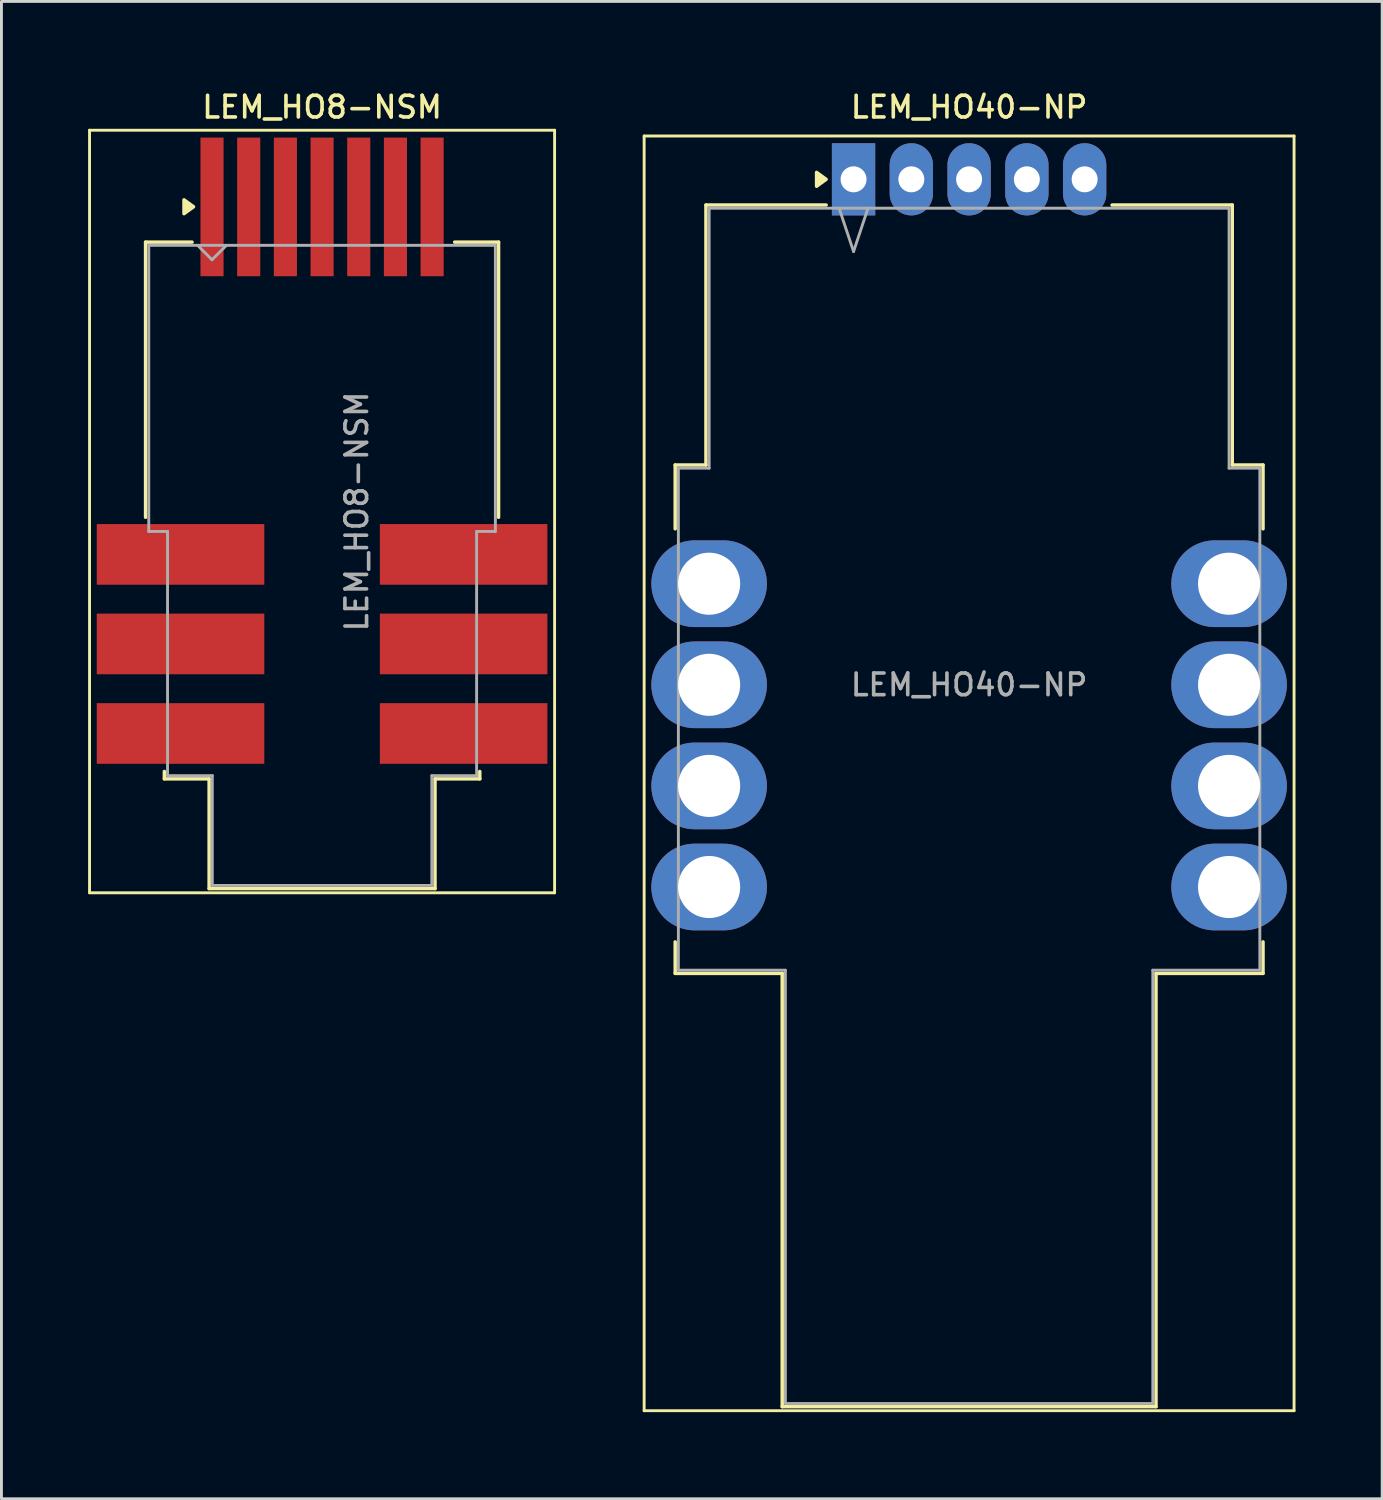
<source format=kicad_pcb>
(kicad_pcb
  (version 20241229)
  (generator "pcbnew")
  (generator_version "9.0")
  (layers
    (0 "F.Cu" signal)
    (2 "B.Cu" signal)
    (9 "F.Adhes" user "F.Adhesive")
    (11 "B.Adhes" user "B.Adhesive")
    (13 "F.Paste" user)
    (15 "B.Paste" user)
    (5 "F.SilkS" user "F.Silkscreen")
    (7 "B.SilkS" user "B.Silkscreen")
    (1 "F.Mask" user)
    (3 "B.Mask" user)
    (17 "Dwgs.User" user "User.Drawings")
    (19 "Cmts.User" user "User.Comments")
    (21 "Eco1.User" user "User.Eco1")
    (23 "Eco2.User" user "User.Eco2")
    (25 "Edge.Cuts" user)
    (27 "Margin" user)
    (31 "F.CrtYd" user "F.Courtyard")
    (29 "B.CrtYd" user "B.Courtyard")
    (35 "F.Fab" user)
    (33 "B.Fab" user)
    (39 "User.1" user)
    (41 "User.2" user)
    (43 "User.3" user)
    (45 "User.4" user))
  (footprint "LEM_HO40-NP"
    (layer "F.Cu")
    (at 26.5 3.158)
    (property "Reference" "LEM_HO40-NP" (at 4 -2.5 180) (layer "F.SilkS") (effects (font (size 0.75 0.75) (thickness 0.125))))
    (attr through_hole)
    (fp_line (start -7.25 -1.5) (end -7.25 42.63) (stroke (width 0.1) (type solid)) (layer "F.SilkS"))
    (fp_line (start -7.25 42.63) (end 15.25 42.63) (stroke (width 0.1) (type solid)) (layer "F.SilkS"))
    (fp_line (start -6.175 9.89) (end -6.175 12.1) (stroke (width 0.12) (type solid)) (layer "F.SilkS"))
    (fp_line (start -6.175 26.4) (end -6.175 27.49) (stroke (width 0.12) (type solid)) (layer "F.SilkS"))
    (fp_line (start -5.11 0.89) (end -5.11 9.89) (stroke (width 0.12) (type solid)) (layer "F.SilkS"))
    (fp_line (start -5.11 9.89) (end -6.175 9.89) (stroke (width 0.12) (type solid)) (layer "F.SilkS"))
    (fp_line (start -2.47 27.49) (end -6.175 27.49) (stroke (width 0.12) (type solid)) (layer "F.SilkS"))
    (fp_line (start -2.47 42.49) (end -2.47 27.49) (stroke (width 0.12) (type solid)) (layer "F.SilkS"))
    (fp_line (start -2.47 42.49) (end 10.47 42.49) (stroke (width 0.12) (type solid)) (layer "F.SilkS"))
    (fp_line (start -0.95 0.89) (end -5.11 0.89) (stroke (width 0.12) (type solid)) (layer "F.SilkS"))
    (fp_line (start 10.47 42.49) (end 10.47 27.49) (stroke (width 0.12) (type solid)) (layer "F.SilkS"))
    (fp_line (start 13.11 0.89) (end 8.95 0.89) (stroke (width 0.12) (type solid)) (layer "F.SilkS"))
    (fp_line (start 13.11 9.89) (end 13.11 0.89) (stroke (width 0.12) (type solid)) (layer "F.SilkS"))
    (fp_line (start 14.175 9.89) (end 13.11 9.89) (stroke (width 0.12) (type solid)) (layer "F.SilkS"))
    (fp_line (start 14.175 9.89) (end 14.175 12.1) (stroke (width 0.12) (type solid)) (layer "F.SilkS"))
    (fp_line (start 14.175 26.4) (end 14.175 27.49) (stroke (width 0.12) (type solid)) (layer "F.SilkS"))
    (fp_line (start 14.175 27.49) (end 10.47 27.49) (stroke (width 0.12) (type solid)) (layer "F.SilkS"))
    (fp_line (start 15.25 -1.5) (end -7.25 -1.5) (stroke (width 0.1) (type solid)) (layer "F.SilkS"))
    (fp_line (start 15.25 42.63) (end 15.25 -1.5) (stroke (width 0.1) (type solid)) (layer "F.SilkS"))
    (fp_poly (pts (xy -0.95 0) (xy -1.28 0.24) (xy -1.28 -0.24) (xy -0.95 0)) (stroke (width 0.12) (type solid)) (fill yes) (layer "F.SilkS"))
    (fp_line (start -6.065 10) (end -6.065 27.38) (stroke (width 0.1) (type solid)) (layer "F.Fab"))
    (fp_line (start -5 10) (end -6.065 10) (stroke (width 0.1) (type solid)) (layer "F.Fab"))
    (fp_line (start -5 10) (end -5 1) (stroke (width 0.1) (type solid)) (layer "F.Fab"))
    (fp_line (start -2.36 27.38) (end -6.065 27.38) (stroke (width 0.1) (type solid)) (layer "F.Fab"))
    (fp_line (start -2.36 42.38) (end -2.36 27.38) (stroke (width 0.1) (type solid)) (layer "F.Fab"))
    (fp_line (start -2.36 42.38) (end 10.36 42.38) (stroke (width 0.1) (type solid)) (layer "F.Fab"))
    (fp_line (start -0.5 1) (end 0 2.5) (stroke (width 0.1) (type solid)) (layer "F.Fab"))
    (fp_line (start 0 2.5) (end 0.5 1) (stroke (width 0.1) (type solid)) (layer "F.Fab"))
    (fp_line (start 10.36 42.38) (end 10.36 27.38) (stroke (width 0.1) (type solid)) (layer "F.Fab"))
    (fp_line (start 13 1) (end -5 1) (stroke (width 0.1) (type solid)) (layer "F.Fab"))
    (fp_line (start 13 1) (end 13 10) (stroke (width 0.1) (type solid)) (layer "F.Fab"))
    (fp_line (start 14.065 10) (end 13 10) (stroke (width 0.1) (type solid)) (layer "F.Fab"))
    (fp_line (start 14.065 10) (end 14.065 27.38) (stroke (width 0.1) (type solid)) (layer "F.Fab"))
    (fp_line (start 14.065 27.38) (end 10.36 27.38) (stroke (width 0.1) (type solid)) (layer "F.Fab"))
    (fp_text user "${REFERENCE}" (at 4 17.5 0) (layer "F.Fab") (effects (font (size 0.75 0.75) (thickness 0.125))))
    (pad "1" thru_hole rect (at 0 0) (size 1.5 2.5) (drill 0.9) (layers "*.Cu" "*.Mask"))
    (pad "2" thru_hole oval (at 2 0) (size 1.5 2.5) (drill 0.9) (layers "*.Cu" "*.Mask"))
    (pad "3" thru_hole oval (at 4 0) (size 1.5 2.5) (drill 0.9) (layers "*.Cu" "*.Mask"))
    (pad "4" thru_hole oval (at 6 0) (size 1.5 2.5) (drill 0.9) (layers "*.Cu" "*.Mask"))
    (pad "5" thru_hole oval (at 8 0) (size 1.5 2.5) (drill 0.9) (layers "*.Cu" "*.Mask"))
    (pad "6" thru_hole oval (at 13 14) (size 4 3) (drill 2.15) (layers "*.Cu" "*.Mask"))
    (pad "7" thru_hole oval (at 13 17.5) (size 4 3) (drill 2.15) (layers "*.Cu" "*.Mask"))
    (pad "8" thru_hole oval (at 13 21) (size 4 3) (drill 2.15) (layers "*.Cu" "*.Mask"))
    (pad "9" thru_hole oval (at 13 24.5) (size 4 3) (drill 2.15) (layers "*.Cu" "*.Mask"))
    (pad "10" thru_hole oval (at -5 24.5) (size 4 3) (drill 2.15) (layers "*.Cu" "*.Mask"))
    (pad "11" thru_hole oval (at -5 21) (size 4 3) (drill 2.15) (layers "*.Cu" "*.Mask"))
    (pad "12" thru_hole oval (at -5 17.5) (size 4 3) (drill 2.15) (layers "*.Cu" "*.Mask"))
    (pad "13" thru_hole oval (at -5 14) (size 4 3) (drill 2.15) (layers "*.Cu" "*.Mask")))
  (footprint "LEM_HO8-NSM"
    (layer "F.Cu")
    (at 8.1 14.658)
    (property "Reference" "LEM_HO8-NSM" (at 0 -14 0) (layer "F.SilkS") (effects (font (size 0.75 0.75) (thickness 0.125))))
    (attr smd)
    (fp_line (start -8.05 -13.2) (end -8.05 13.2) (stroke (width 0.1) (type solid)) (layer "F.SilkS"))
    (fp_line (start -8.05 13.2) (end 8.05 13.2) (stroke (width 0.1) (type solid)) (layer "F.SilkS"))
    (fp_line (start -6.11 -9.325) (end -6.11 0.2) (stroke (width 0.12) (type solid)) (layer "F.SilkS"))
    (fp_line (start -6.11 -9.325) (end -4.5 -9.325) (stroke (width 0.12) (type solid)) (layer "F.SilkS"))
    (fp_line (start -5.46 9) (end -5.46 9.255) (stroke (width 0.12) (type solid)) (layer "F.SilkS"))
    (fp_line (start -5.46 9.255) (end -3.91 9.255) (stroke (width 0.12) (type solid)) (layer "F.SilkS"))
    (fp_line (start -3.91 9.255) (end -3.91 13.055) (stroke (width 0.12) (type solid)) (layer "F.SilkS"))
    (fp_line (start -3.91 13.055) (end 3.91 13.055) (stroke (width 0.12) (type solid)) (layer "F.SilkS"))
    (fp_line (start 3.91 9.255) (end 5.46 9.255) (stroke (width 0.12) (type solid)) (layer "F.SilkS"))
    (fp_line (start 3.91 13.055) (end 3.91 9.255) (stroke (width 0.12) (type solid)) (layer "F.SilkS"))
    (fp_line (start 5.46 9) (end 5.46 9.255) (stroke (width 0.12) (type solid)) (layer "F.SilkS"))
    (fp_line (start 6.11 -9.325) (end 4.59 -9.325) (stroke (width 0.12) (type solid)) (layer "F.SilkS"))
    (fp_line (start 6.11 0.2) (end 6.11 -9.325) (stroke (width 0.12) (type solid)) (layer "F.SilkS"))
    (fp_line (start 8.05 -13.2) (end -8.05 -13.2) (stroke (width 0.1) (type solid)) (layer "F.SilkS"))
    (fp_line (start 8.05 13.2) (end 8.05 -13.2) (stroke (width 0.1) (type solid)) (layer "F.SilkS"))
    (fp_poly (pts (xy -4.45 -10.55) (xy -4.78 -10.31) (xy -4.78 -10.79) (xy -4.45 -10.55)) (stroke (width 0.12) (type solid)) (fill yes) (layer "F.SilkS"))
    (fp_line (start -6 0.69) (end -6 -9.215) (stroke (width 0.1) (type solid)) (layer "F.Fab"))
    (fp_line (start -6 0.69) (end -5.35 0.69) (stroke (width 0.1) (type solid)) (layer "F.Fab"))
    (fp_line (start -5.35 0.69) (end -5.35 9.145) (stroke (width 0.1) (type solid)) (layer "F.Fab"))
    (fp_line (start -4.31 -9.215) (end -3.81 -8.715) (stroke (width 0.1) (type solid)) (layer "F.Fab"))
    (fp_line (start -3.81 -8.715) (end -3.31 -9.215) (stroke (width 0.1) (type solid)) (layer "F.Fab"))
    (fp_line (start -3.8 9.145) (end -5.35 9.145) (stroke (width 0.1) (type solid)) (layer "F.Fab"))
    (fp_line (start -3.8 12.945) (end -3.8 9.145) (stroke (width 0.1) (type solid)) (layer "F.Fab"))
    (fp_line (start -3.8 12.945) (end 3.8 12.945) (stroke (width 0.1) (type solid)) (layer "F.Fab"))
    (fp_line (start 3.8 9.145) (end 5.35 9.145) (stroke (width 0.1) (type solid)) (layer "F.Fab"))
    (fp_line (start 3.8 12.945) (end 3.8 9.145) (stroke (width 0.1) (type solid)) (layer "F.Fab"))
    (fp_line (start 5.35 0.69) (end 5.35 9.145) (stroke (width 0.1) (type solid)) (layer "F.Fab"))
    (fp_line (start 6 -9.215) (end -6 -9.215) (stroke (width 0.1) (type solid)) (layer "F.Fab"))
    (fp_line (start 6 -9.215) (end 6 0.69) (stroke (width 0.1) (type solid)) (layer "F.Fab"))
    (fp_line (start 6 0.69) (end 5.35 0.69) (stroke (width 0.1) (type solid)) (layer "F.Fab"))
    (fp_text user "${REFERENCE}" (at 1.2 0 90) (layer "F.Fab") (effects (font (size 0.75 0.75) (thickness 0.125))))
    (pad "1" smd rect (at -3.81 -10.545) (size 0.8 4.8) (layers "F.Cu" "F.Mask" "F.Paste"))
    (pad "2" smd rect (at -2.54 -10.545) (size 0.8 4.8) (layers "F.Cu" "F.Mask" "F.Paste"))
    (pad "3" smd rect (at -1.27 -10.545) (size 0.8 4.8) (layers "F.Cu" "F.Mask" "F.Paste"))
    (pad "4" smd rect (at 0 -10.545) (size 0.8 4.8) (layers "F.Cu" "F.Mask" "F.Paste"))
    (pad "5" smd rect (at 1.27 -10.545) (size 0.8 4.8) (layers "F.Cu" "F.Mask" "F.Paste"))
    (pad "6" smd rect (at 2.54 -10.545) (size 0.8 4.8) (layers "F.Cu" "F.Mask" "F.Paste"))
    (pad "7" smd rect (at 3.81 -10.545) (size 0.8 4.8) (layers "F.Cu" "F.Mask" "F.Paste"))
    (pad "8" smd rect (at 4.9 1.485) (size 5.8 2.1) (layers "F.Cu" "F.Mask" "F.Paste"))
    (pad "9" smd rect (at 4.9 4.585) (size 5.8 2.1) (layers "F.Cu" "F.Mask" "F.Paste"))
    (pad "10" smd rect (at 4.9 7.685) (size 5.8 2.1) (layers "F.Cu" "F.Mask" "F.Paste"))
    (pad "11" smd rect (at -4.9 7.685) (size 5.8 2.1) (layers "F.Cu" "F.Mask" "F.Paste"))
    (pad "12" smd rect (at -4.9 4.585) (size 5.8 2.1) (layers "F.Cu" "F.Mask" "F.Paste"))
    (pad "13" smd rect (at -4.9 1.485) (size 5.8 2.1) (layers "F.Cu" "F.Mask" "F.Paste")))
  (gr_rect
    (start -3 -3)
    (end 44.8 48.838)
    (stroke (width 0.1) (type default))
    (fill no)
    (layer "Edge.Cuts")))
</source>
